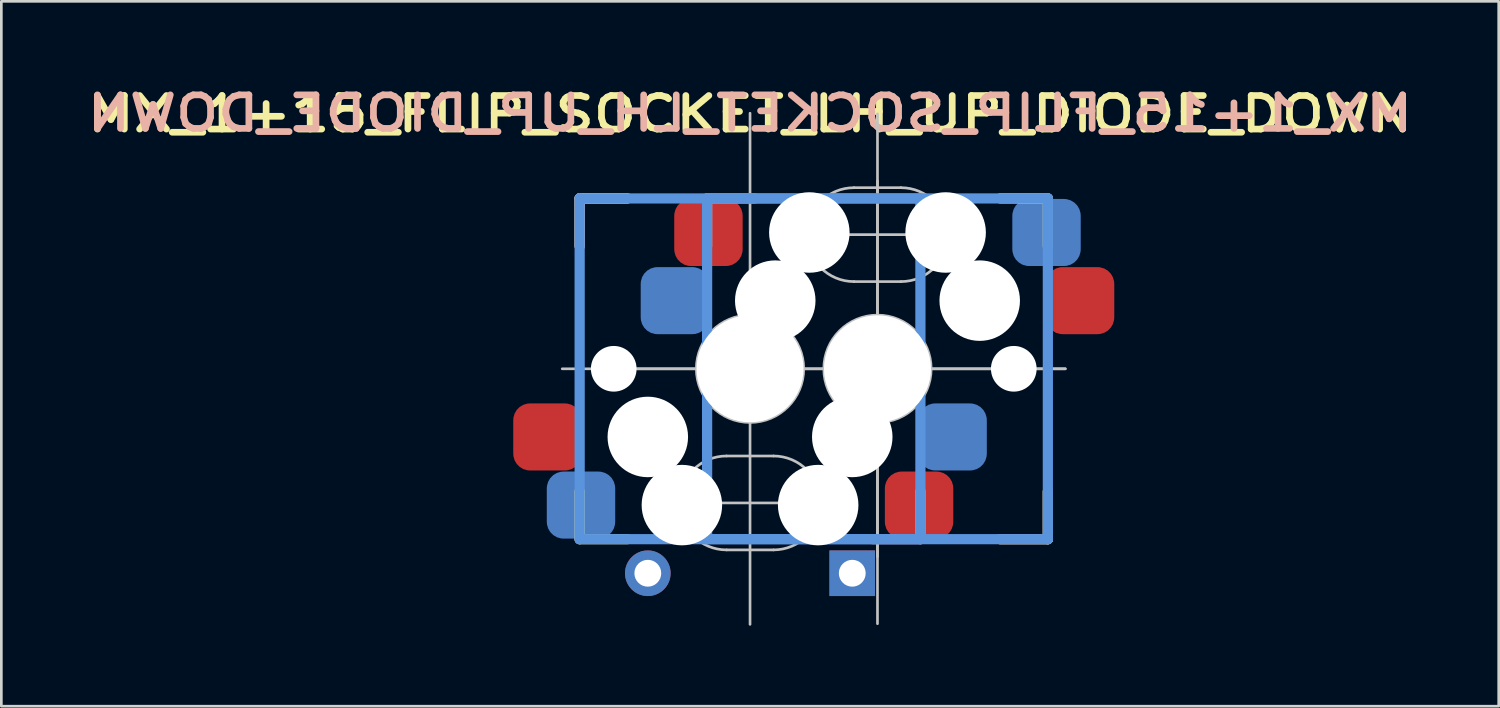
<source format=kicad_pcb>
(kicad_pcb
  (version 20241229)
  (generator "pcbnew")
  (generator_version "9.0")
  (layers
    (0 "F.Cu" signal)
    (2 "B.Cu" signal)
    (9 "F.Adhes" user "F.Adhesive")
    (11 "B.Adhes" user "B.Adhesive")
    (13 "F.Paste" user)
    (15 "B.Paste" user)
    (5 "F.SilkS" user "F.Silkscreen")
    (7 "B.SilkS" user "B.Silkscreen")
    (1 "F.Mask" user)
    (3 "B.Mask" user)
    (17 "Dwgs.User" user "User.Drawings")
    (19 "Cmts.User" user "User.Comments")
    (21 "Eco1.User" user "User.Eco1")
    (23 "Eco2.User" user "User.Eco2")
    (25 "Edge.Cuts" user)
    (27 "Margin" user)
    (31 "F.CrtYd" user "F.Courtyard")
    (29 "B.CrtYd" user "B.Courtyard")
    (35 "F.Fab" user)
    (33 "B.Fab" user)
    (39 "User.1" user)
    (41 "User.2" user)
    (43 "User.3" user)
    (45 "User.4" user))
  (footprint "MX_1+15_FLIP_SOCKET_LH_UP_DIODE_DOWN"
    (layer "F.Cu")
    (at 24.904 10.695)
    (property "Reference" "MX_1+15_FLIP_SOCKET_LH_UP_DIODE_DOWN" (at 0 -9.5 180) (layer "F.SilkS") (effects (font (size 1.25 1.5) (thickness 0.25))))
    (attr through_hole)
    (fp_line (start -6.35 -6.35) (end -4.572 -6.35) (stroke (width 0.381) (type solid)) (layer "F.SilkS"))
    (fp_line (start -6.35 -4.572) (end -6.35 -6.35) (stroke (width 0.381) (type solid)) (layer "F.SilkS"))
    (fp_line (start -6.35 6.35) (end -6.35 4.572) (stroke (width 0.381) (type solid)) (layer "F.SilkS"))
    (fp_line (start -4.572 6.35) (end -6.35 6.35) (stroke (width 0.381) (type solid)) (layer "F.SilkS"))
    (fp_line (start 9.322 -6.35) (end 11.1 -6.35) (stroke (width 0.381) (type solid)) (layer "F.SilkS"))
    (fp_line (start 11.1 -6.35) (end 11.1 -4.572) (stroke (width 0.381) (type solid)) (layer "F.SilkS"))
    (fp_line (start 11.1 4.572) (end 11.1 6.35) (stroke (width 0.381) (type solid)) (layer "F.SilkS"))
    (fp_line (start 11.1 6.35) (end 9.322 6.35) (stroke (width 0.381) (type solid)) (layer "F.SilkS"))
    (fp_line (start -6.35 -6.35) (end -4.572 -6.35) (stroke (width 0.381) (type solid)) (layer "B.SilkS"))
    (fp_line (start -6.35 -4.572) (end -6.35 -6.35) (stroke (width 0.381) (type solid)) (layer "B.SilkS"))
    (fp_line (start -1.6 -6.35) (end 0.178 -6.35) (stroke (width 0.381) (type solid)) (layer "B.SilkS"))
    (fp_line (start -1.6 -4.572) (end -1.6 -6.35) (stroke (width 0.381) (type solid)) (layer "B.SilkS"))
    (fp_line (start 6.35 4.572) (end 6.35 6.35) (stroke (width 0.381) (type solid)) (layer "B.SilkS"))
    (fp_line (start 6.35 6.35) (end 4.572 6.35) (stroke (width 0.381) (type solid)) (layer "B.SilkS"))
    (fp_line (start 11.1 4.572) (end 11.1 6.35) (stroke (width 0.381) (type solid)) (layer "B.SilkS"))
    (fp_line (start 11.1 6.35) (end 9.322 6.35) (stroke (width 0.381) (type solid)) (layer "B.SilkS"))
    (fp_line (start -2.825 3.83) (end -2.825 6.33) (stroke (width 0.1) (type solid)) (layer "Dwgs.User"))
    (fp_line (start 0 9.525) (end 0 -9.525) (stroke (width 0.1) (type solid)) (layer "Dwgs.User"))
    (fp_line (start 0.875 3.25) (end -0.875 3.25) (stroke (width 0.1) (type solid)) (layer "Dwgs.User"))
    (fp_line (start 0.875 6.75) (end -0.875 6.75) (stroke (width 0.1) (type solid)) (layer "Dwgs.User"))
    (fp_line (start 2.125 -5) (end 7.375 -5) (stroke (width 0.1) (type solid)) (layer "Dwgs.User"))
    (fp_line (start 2.625 5) (end -2.625 5) (stroke (width 0.1) (type solid)) (layer "Dwgs.User"))
    (fp_line (start 3.875 -6.75) (end 5.625 -6.75) (stroke (width 0.1) (type solid)) (layer "Dwgs.User"))
    (fp_line (start 3.875 -3.25) (end 5.625 -3.25) (stroke (width 0.1) (type solid)) (layer "Dwgs.User"))
    (fp_line (start 4.75 -9.5) (end 4.75 9.5) (stroke (width 0.1) (type solid)) (layer "Dwgs.User"))
    (fp_line (start 4.75 7) (end 4.75 -7) (stroke (width 0.1) (type solid)) (layer "Dwgs.User"))
    (fp_line (start 7.575 -3.83) (end 7.575 -6.33) (stroke (width 0.1) (type solid)) (layer "Dwgs.User"))
    (fp_line (start 11.75 0) (end -7 0) (stroke (width 0.1) (type solid)) (layer "Dwgs.User"))
    (fp_line (start 11.75 0) (end -4.75 0) (stroke (width 0.1) (type solid)) (layer "Dwgs.User"))
    (fp_arc (start -0.875 6.75) (mid -2.625 5) (end -0.875 3.25) (stroke (width 0.1) (type solid)) (layer "Dwgs.User"))
    (fp_arc (start 0.875 3.25) (mid 2.625 5) (end 0.875 6.75) (stroke (width 0.1) (type solid)) (layer "Dwgs.User"))
    (fp_arc (start 3.875 -3.25) (mid 2.125 -5) (end 3.875 -6.75) (stroke (width 0.1) (type solid)) (layer "Dwgs.User"))
    (fp_arc (start 5.625 -6.75) (mid 7.375 -5) (end 5.625 -3.25) (stroke (width 0.1) (type solid)) (layer "Dwgs.User"))
    (fp_circle (center 0 0) (end 0 2) (stroke (width 0.1) (type solid)) (fill no) (layer "Dwgs.User"))
    (fp_circle (center 2.21 5.08) (end 2.21 5.78) (stroke (width 0.1) (type solid)) (fill no) (layer "Dwgs.User"))
    (fp_circle (center 2.21 5.08) (end 2.21 6.18) (stroke (width 0.1) (type solid)) (fill no) (layer "Dwgs.User"))
    (fp_circle (center 2.54 -5.08) (end 2.54 -4.38) (stroke (width 0.1) (type solid)) (fill no) (layer "Dwgs.User"))
    (fp_circle (center 2.54 -5.08) (end 2.54 -3.98) (stroke (width 0.1) (type solid)) (fill no) (layer "Dwgs.User"))
    (fp_circle (center 4.75 0) (end 4.75 2) (stroke (width 0.1) (type solid)) (fill no) (layer "Dwgs.User"))
    (fp_line (start -6.35 -6.35) (end 6.35 -6.35) (stroke (width 0.381) (type solid)) (layer "Cmts.User"))
    (fp_line (start -6.35 6.35) (end -6.35 -6.35) (stroke (width 0.381) (type solid)) (layer "Cmts.User"))
    (fp_line (start -1.6 -6.35) (end 11.1 -6.35) (stroke (width 0.381) (type solid)) (layer "Cmts.User"))
    (fp_line (start -1.6 6.35) (end -1.6 -6.35) (stroke (width 0.381) (type solid)) (layer "Cmts.User"))
    (fp_line (start 6.35 -6.35) (end 6.35 6.35) (stroke (width 0.381) (type solid)) (layer "Cmts.User"))
    (fp_line (start 6.35 6.35) (end -6.35 6.35) (stroke (width 0.381) (type solid)) (layer "Cmts.User"))
    (fp_line (start 11.1 -6.35) (end 11.1 6.35) (stroke (width 0.381) (type solid)) (layer "Cmts.User"))
    (fp_line (start 11.1 6.35) (end -1.6 6.35) (stroke (width 0.381) (type solid)) (layer "Cmts.User"))
    (fp_line (start -14.25 -9.5) (end -14.25 9.5) (stroke (width 0.025) (type solid)) (layer "Eco2.User"))
    (fp_line (start -14.25 -9.5) (end 14.25 -9.5) (stroke (width 0.025) (type solid)) (layer "Eco2.User"))
    (fp_line (start -7 -7) (end 11.75 -7) (stroke (width 0.025) (type solid)) (layer "Eco2.User"))
    (fp_line (start -7 7) (end -6.985 -6.985) (stroke (width 0.025) (type solid)) (layer "Eco2.User"))
    (fp_line (start -7 7) (end 11.75 7) (stroke (width 0.025) (type solid)) (layer "Eco2.User"))
    (fp_line (start -4.75 9.5) (end -4.75 -9.5) (stroke (width 0.025) (type solid)) (layer "Eco2.User"))
    (fp_line (start 11.75 -7) (end 11.75 7) (stroke (width 0.025) (type solid)) (layer "Eco2.User"))
    (fp_line (start 14.25 -9.5) (end 14.25 9.5) (stroke (width 0.025) (type solid)) (layer "Eco2.User"))
    (fp_line (start 14.25 9.5) (end -14.25 9.5) (stroke (width 0.025) (type solid)) (layer "Eco2.User"))
    (fp_text user "${REFERENCE}" (at 0 -9.525 0) (layer "B.SilkS") (effects (font (size 1.25 1.5) (thickness 0.25)) (justify mirror)))
    (pad "" np_thru_hole circle (at -5.08 0 180) (size 1.702 1.702) (drill 1.702) (layers "*.Cu" "*.Mask"))
    (pad "" np_thru_hole circle (at -3.81 2.54 180) (size 3 3) (drill 3) (layers "*.Cu" "*.Mask"))
    (pad "" np_thru_hole circle (at -2.54 5.08 180) (size 3 3) (drill 3) (layers "*.Cu" "*.Mask"))
    (pad "" np_thru_hole circle (at 0 0 180) (size 3.988 3.988) (drill 3.988) (layers "*.Cu" "*.Mask"))
    (pad "" np_thru_hole circle (at 0.94 -2.54) (size 3 3) (drill 3) (layers "*.Cu" "*.Mask"))
    (pad "" np_thru_hole circle (at 2.21 -5.08) (size 3 3) (drill 3) (layers "*.Cu" "*.Mask"))
    (pad "" np_thru_hole circle (at 2.54 5.08 180) (size 3 3) (drill 3) (layers "*.Cu" "*.Mask"))
    (pad "" np_thru_hole circle (at 3.81 2.54 180) (size 3 3) (drill 3) (layers "*.Cu" "*.Mask"))
    (pad "" np_thru_hole circle (at 4.75 0) (size 3.988 3.988) (drill 3.988) (layers "*.Cu" "*.Mask"))
    (pad "" np_thru_hole circle (at 7.29 -5.08) (size 3 3) (drill 3) (layers "*.Cu" "*.Mask"))
    (pad "" np_thru_hole circle (at 8.56 -2.54) (size 3 3) (drill 3) (layers "*.Cu" "*.Mask"))
    (pad "" np_thru_hole circle (at 9.83 0) (size 1.702 1.702) (drill 1.702) (layers "*.Cu" "*.Mask"))
    (pad "1" smd roundrect (at 6.3 5.08 180) (size 2.55 2.5) (layers "F.Cu" "F.Mask" "F.Paste") (roundrect_rratio 0.25))
    (pad "1" smd roundrect (at 7.55 2.54 180) (size 2.55 2.5) (layers "B.Cu" "B.Mask" "B.Paste") (roundrect_rratio 0.25))
    (pad "1" smd roundrect (at 11.05 -5.08) (size 2.55 2.5) (layers "B.Cu" "B.Mask" "B.Paste") (roundrect_rratio 0.25))
    (pad "1" smd roundrect (at 12.3 -2.54) (size 2.55 2.5) (layers "F.Cu" "F.Mask" "F.Paste") (roundrect_rratio 0.25))
    (pad "2" smd roundrect (at -7.55 2.54 180) (size 2.55 2.5) (layers "F.Cu" "F.Mask" "F.Paste") (roundrect_rratio 0.25))
    (pad "2" smd roundrect (at -6.3 5.08 180) (size 2.55 2.5) (layers "B.Cu" "B.Mask" "B.Paste") (roundrect_rratio 0.25))
    (pad "2" smd roundrect (at -2.8 -2.54) (size 2.55 2.5) (layers "B.Cu" "B.Mask" "B.Paste") (roundrect_rratio 0.25))
    (pad "2" smd roundrect (at -1.55 -5.08) (size 2.55 2.5) (layers "F.Cu" "F.Mask" "F.Paste") (roundrect_rratio 0.25))
    (pad "3" thru_hole circle (at -3.81 7.62 180) (size 1.7 1.7) (drill 1) (layers "*.Cu" "*.Mask"))
    (pad "4" thru_hole rect (at 3.81 7.62 180) (size 1.7 1.7) (drill 1) (layers "*.Cu" "*.Mask")))
  (gr_rect
    (start -3 -3)
    (end 52.807 23.27)
    (stroke (width 0.1) (type default))
    (fill no)
    (layer "Edge.Cuts")))
</source>
